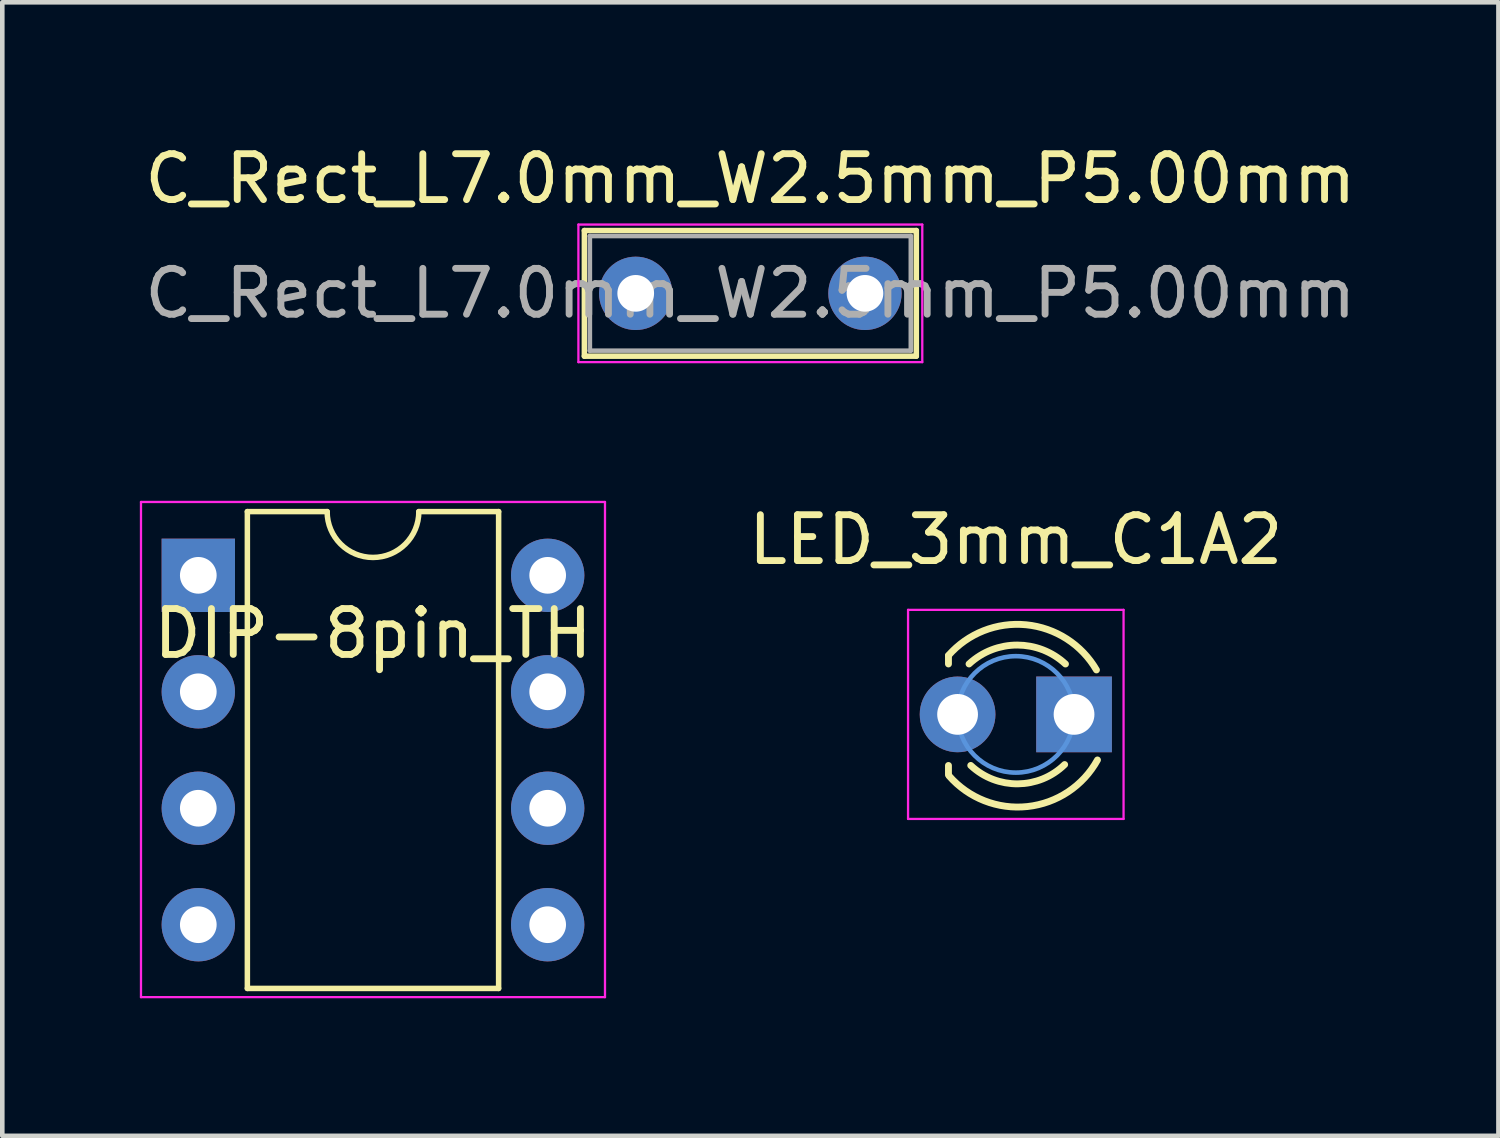
<source format=kicad_pcb>
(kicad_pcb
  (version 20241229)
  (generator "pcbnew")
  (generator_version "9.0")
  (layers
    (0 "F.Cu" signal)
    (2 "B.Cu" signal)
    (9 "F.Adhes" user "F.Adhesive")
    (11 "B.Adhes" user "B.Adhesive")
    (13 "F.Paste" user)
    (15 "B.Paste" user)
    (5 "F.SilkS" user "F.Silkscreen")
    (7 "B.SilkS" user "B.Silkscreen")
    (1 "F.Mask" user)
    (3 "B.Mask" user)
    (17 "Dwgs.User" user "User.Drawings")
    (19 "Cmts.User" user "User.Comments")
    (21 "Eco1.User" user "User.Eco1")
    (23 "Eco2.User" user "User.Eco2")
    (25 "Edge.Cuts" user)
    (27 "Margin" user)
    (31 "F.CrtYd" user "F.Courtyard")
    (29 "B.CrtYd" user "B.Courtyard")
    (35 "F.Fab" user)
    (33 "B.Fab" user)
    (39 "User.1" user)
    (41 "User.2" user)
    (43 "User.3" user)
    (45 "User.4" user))
  (footprint "LED_3mm_C1A2"
    (layer "F.Cu")
    (at 19.105 12.531)
    (property "Reference" "LED_3mm_C1A2" (at 0 -3.81 180) (layer "F.SilkS") (effects (font (size 1 1) (thickness 0.15))))
    (attr through_hole)
    (fp_line (start -1.469 -1.28) (end -1.469 -1.1) (stroke (width 0.15) (type solid)) (layer "F.SilkS"))
    (fp_line (start -1.469 1.314) (end -1.469 1.114) (stroke (width 0.15) (type solid)) (layer "F.SilkS"))
    (fp_arc (start -1.469 -1.286) (mid 0.225903 -1.954571) (end 1.758744 -0.969643) (stroke (width 0.15) (type solid)) (layer "F.SilkS"))
    (fp_arc (start -1.02 -1.1) (mid 0.031686 -1.512142) (end 1.083005 -1.099067) (stroke (width 0.15) (type solid)) (layer "F.SilkS"))
    (fp_arc (start 1.065 1.094) (mid 0.04492 1.51473) (end -0.982889 1.113252) (stroke (width 0.15) (type solid)) (layer "F.SilkS"))
    (fp_arc (start 1.781 0.994) (mid 0.252637 2.009958) (end -1.45622 1.340726) (stroke (width 0.15) (type solid)) (layer "F.SilkS"))
    (fp_circle (center 0 0) (end 1.27 0) (stroke (width 0.1) (type solid)) (fill no) (layer "Cmts.User"))
    (fp_line (start -2.35 -2.28) (end -2.35 2.28) (stroke (width 0.05) (type solid)) (layer "F.CrtYd"))
    (fp_line (start -2.35 2.28) (end 2.35 2.28) (stroke (width 0.05) (type solid)) (layer "F.CrtYd"))
    (fp_line (start 2.35 -2.28) (end -2.35 -2.28) (stroke (width 0.05) (type solid)) (layer "F.CrtYd"))
    (fp_line (start 2.35 2.28) (end 2.35 -2.28) (stroke (width 0.05) (type solid)) (layer "F.CrtYd"))
    (pad "1" thru_hole circle (at -1.27 0 90) (size 1.651 1.651) (drill 0.889) (layers "*.Cu" "*.Mask"))
    (pad "2" thru_hole rect (at 1.27 0) (size 1.651 1.651) (drill 0.889) (layers "*.Cu" "*.Mask")))
  (footprint "DIP-8pin_TH"
    (layer "F.Cu")
    (at 1.275 9.498)
    (property "Reference" "DIP-8pin_TH" (at 3.81 1.27 180) (layer "F.SilkS") (effects (font (size 1 1) (thickness 0.15))))
    (attr through_hole)
    (fp_line (start 1.07 -1.39) (end 1.07 9.01) (stroke (width 0.12) (type solid)) (layer "F.SilkS"))
    (fp_line (start 1.07 9.01) (end 6.55 9.01) (stroke (width 0.12) (type solid)) (layer "F.SilkS"))
    (fp_line (start 2.81 -1.39) (end 1.07 -1.39) (stroke (width 0.12) (type solid)) (layer "F.SilkS"))
    (fp_line (start 6.55 -1.39) (end 4.81 -1.39) (stroke (width 0.12) (type solid)) (layer "F.SilkS"))
    (fp_line (start 6.55 9.01) (end 6.55 -1.39) (stroke (width 0.12) (type solid)) (layer "F.SilkS"))
    (fp_arc (start 4.81 -1.39) (mid 3.81 -0.39) (end 2.81 -1.39) (stroke (width 0.12) (type solid)) (layer "F.SilkS"))
    (fp_line (start -1.25 -1.6) (end -1.25 9.2) (stroke (width 0.05) (type solid)) (layer "F.CrtYd"))
    (fp_line (start -1.25 9.2) (end 8.87 9.2) (stroke (width 0.05) (type solid)) (layer "F.CrtYd"))
    (fp_line (start 8.87 -1.6) (end -1.25 -1.6) (stroke (width 0.05) (type solid)) (layer "F.CrtYd"))
    (fp_line (start 8.87 9.2) (end 8.87 -1.6) (stroke (width 0.05) (type solid)) (layer "F.CrtYd"))
    (pad "1" thru_hole rect (at 0 0) (size 1.6 1.6) (drill 0.8) (layers "*.Cu" "*.Mask"))
    (pad "2" thru_hole oval (at 0 2.54) (size 1.6 1.6) (drill 0.8) (layers "*.Cu" "*.Mask"))
    (pad "3" thru_hole oval (at 0 5.08) (size 1.6 1.6) (drill 0.8) (layers "*.Cu" "*.Mask"))
    (pad "4" thru_hole oval (at 0 7.62) (size 1.6 1.6) (drill 0.8) (layers "*.Cu" "*.Mask"))
    (pad "5" thru_hole oval (at 7.62 7.62) (size 1.6 1.6) (drill 0.8) (layers "*.Cu" "*.Mask"))
    (pad "6" thru_hole oval (at 7.62 5.08) (size 1.6 1.6) (drill 0.8) (layers "*.Cu" "*.Mask"))
    (pad "7" thru_hole oval (at 7.62 2.54) (size 1.6 1.6) (drill 0.8) (layers "*.Cu" "*.Mask"))
    (pad "8" thru_hole oval (at 7.62 0) (size 1.6 1.6) (drill 0.8) (layers "*.Cu" "*.Mask")))
  (footprint "C_Rect_L7.0mm_W2.5mm_P5.00mm"
    (layer "F.Cu")
    (at 10.815 3.348)
    (property "Reference" "C_Rect_L7.0mm_W2.5mm_P5.00mm" (at 2.5 -2.5 0) (layer "F.SilkS") (effects (font (size 1 1) (thickness 0.15))))
    (attr through_hole)
    (fp_line (start -1.12 -1.37) (end -1.12 1.37) (stroke (width 0.12) (type solid)) (layer "F.SilkS"))
    (fp_line (start -1.12 -1.37) (end 6.12 -1.37) (stroke (width 0.12) (type solid)) (layer "F.SilkS"))
    (fp_line (start -1.12 1.37) (end 6.12 1.37) (stroke (width 0.12) (type solid)) (layer "F.SilkS"))
    (fp_line (start 6.12 -1.37) (end 6.12 1.37) (stroke (width 0.12) (type solid)) (layer "F.SilkS"))
    (fp_line (start -1.25 -1.5) (end -1.25 1.5) (stroke (width 0.05) (type solid)) (layer "F.CrtYd"))
    (fp_line (start -1.25 1.5) (end 6.25 1.5) (stroke (width 0.05) (type solid)) (layer "F.CrtYd"))
    (fp_line (start 6.25 -1.5) (end -1.25 -1.5) (stroke (width 0.05) (type solid)) (layer "F.CrtYd"))
    (fp_line (start 6.25 1.5) (end 6.25 -1.5) (stroke (width 0.05) (type solid)) (layer "F.CrtYd"))
    (fp_line (start -1 -1.25) (end -1 1.25) (stroke (width 0.1) (type solid)) (layer "F.Fab"))
    (fp_line (start -1 1.25) (end 6 1.25) (stroke (width 0.1) (type solid)) (layer "F.Fab"))
    (fp_line (start 6 -1.25) (end -1 -1.25) (stroke (width 0.1) (type solid)) (layer "F.Fab"))
    (fp_line (start 6 1.25) (end 6 -1.25) (stroke (width 0.1) (type solid)) (layer "F.Fab"))
    (fp_text user "${REFERENCE}" (at 2.5 0 0) (layer "F.Fab") (effects (font (size 1 1) (thickness 0.15))))
    (pad "1" thru_hole circle (at 0 0) (size 1.6 1.6) (drill 0.8) (layers "*.Cu" "*.Mask"))
    (pad "2" thru_hole circle (at 5 0) (size 1.6 1.6) (drill 0.8) (layers "*.Cu" "*.Mask")))
  (gr_rect
    (start -3 -3)
    (end 29.631 21.723)
    (stroke (width 0.1) (type default))
    (fill no)
    (layer "Edge.Cuts")))
</source>
